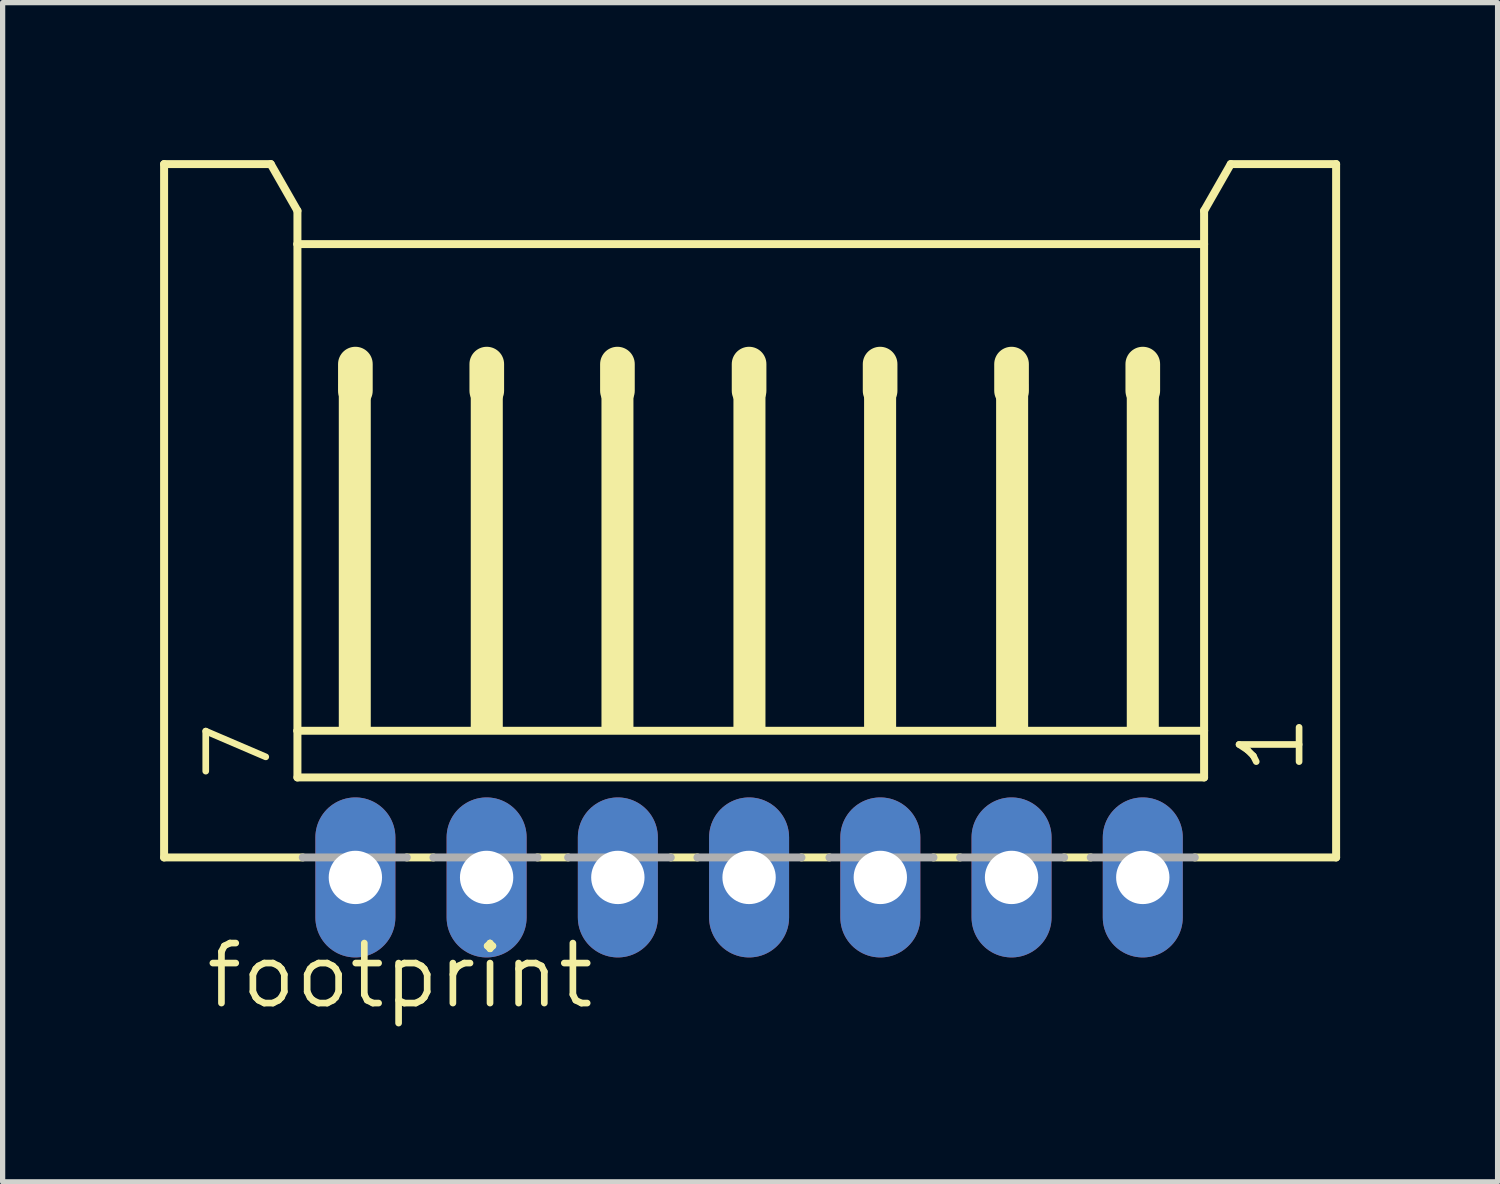
<source format=kicad_pcb>
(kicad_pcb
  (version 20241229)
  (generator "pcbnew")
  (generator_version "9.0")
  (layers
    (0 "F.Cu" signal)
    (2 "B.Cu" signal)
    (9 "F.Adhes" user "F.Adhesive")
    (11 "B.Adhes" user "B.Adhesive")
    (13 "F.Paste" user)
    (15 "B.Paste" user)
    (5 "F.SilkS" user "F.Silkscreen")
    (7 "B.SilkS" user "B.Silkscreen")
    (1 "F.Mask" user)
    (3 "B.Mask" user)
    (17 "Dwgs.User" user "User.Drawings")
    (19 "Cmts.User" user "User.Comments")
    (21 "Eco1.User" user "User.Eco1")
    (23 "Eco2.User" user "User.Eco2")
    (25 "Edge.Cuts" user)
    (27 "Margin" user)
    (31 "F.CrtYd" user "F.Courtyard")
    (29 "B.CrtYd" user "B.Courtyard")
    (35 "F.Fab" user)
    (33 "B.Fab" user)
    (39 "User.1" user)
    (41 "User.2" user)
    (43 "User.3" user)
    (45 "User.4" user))
  (footprint "footprint"
    (layer "F.Cu")
    (at 11.22 7.415)
    (property "Reference" "footprint" (at -10.407 8.79 0) (layer "F.SilkS") (effects (font (size 1.143 1.143) (thickness 0.127)) (justify left bottom)))
    (fp_line (start -11.144 -7.339) (end -9.112 -7.339) (stroke (width 0.152) (type solid)) (layer "F.SilkS"))
    (fp_line (start -11.144 5.869) (end -11.144 -7.339) (stroke (width 0.152) (type solid)) (layer "F.SilkS"))
    (fp_line (start -9.112 -7.339) (end -8.604 -6.45) (stroke (width 0.152) (type solid)) (layer "F.SilkS"))
    (fp_line (start -8.604 -6.45) (end -8.604 -5.815) (stroke (width 0.152) (type solid)) (layer "F.SilkS"))
    (fp_line (start -8.604 -5.815) (end -8.604 3.456) (stroke (width 0.152) (type solid)) (layer "F.SilkS"))
    (fp_line (start -8.604 3.456) (end -8.604 4.345) (stroke (width 0.152) (type solid)) (layer "F.SilkS"))
    (fp_line (start -8.502 5.869) (end -11.144 5.869) (stroke (width 0.152) (type solid)) (layer "F.SilkS"))
    (fp_line (start -7.5 -3.529) (end -7.5 -3.021) (stroke (width 0.66) (type solid)) (layer "F.SilkS"))
    (fp_line (start -6.013 5.869) (end -6.521 5.869) (stroke (width 0.152) (type solid)) (layer "F.SilkS"))
    (fp_line (start -4.997 -3.529) (end -4.997 -3.021) (stroke (width 0.66) (type solid)) (layer "F.SilkS"))
    (fp_line (start -3.447 5.869) (end -4.032 5.869) (stroke (width 0.152) (type solid)) (layer "F.SilkS"))
    (fp_line (start -2.508 -3.529) (end -2.508 -3.021) (stroke (width 0.66) (type solid)) (layer "F.SilkS"))
    (fp_line (start -0.984 5.869) (end -1.492 5.869) (stroke (width 0.152) (type solid)) (layer "F.SilkS"))
    (fp_line (start 0 -3.529) (end 0 -3.021) (stroke (width 0.66) (type solid)) (layer "F.SilkS"))
    (fp_line (start 1.531 5.869) (end 0.998 5.869) (stroke (width 0.152) (type solid)) (layer "F.SilkS"))
    (fp_line (start 2.496 -3.529) (end 2.496 -3.021) (stroke (width 0.66) (type solid)) (layer "F.SilkS"))
    (fp_line (start 4.02 5.869) (end 3.512 5.869) (stroke (width 0.152) (type solid)) (layer "F.SilkS"))
    (fp_line (start 5 -3.529) (end 5 -3.021) (stroke (width 0.66) (type solid)) (layer "F.SilkS"))
    (fp_line (start 6.509 5.869) (end 6.001 5.869) (stroke (width 0.152) (type solid)) (layer "F.SilkS"))
    (fp_line (start 7.5 -3.529) (end 7.5 -3.021) (stroke (width 0.66) (type solid)) (layer "F.SilkS"))
    (fp_line (start 8.668 -6.45) (end 8.668 -5.815) (stroke (width 0.152) (type solid)) (layer "F.SilkS"))
    (fp_line (start 8.668 -6.45) (end 9.176 -7.339) (stroke (width 0.152) (type solid)) (layer "F.SilkS"))
    (fp_line (start 8.668 -5.815) (end -8.604 -5.815) (stroke (width 0.152) (type solid)) (layer "F.SilkS"))
    (fp_line (start 8.668 -5.815) (end 8.668 3.456) (stroke (width 0.152) (type solid)) (layer "F.SilkS"))
    (fp_line (start 8.668 3.456) (end -8.604 3.456) (stroke (width 0.152) (type solid)) (layer "F.SilkS"))
    (fp_line (start 8.668 3.456) (end 8.668 4.345) (stroke (width 0.152) (type solid)) (layer "F.SilkS"))
    (fp_line (start 8.668 4.345) (end -8.604 4.345) (stroke (width 0.152) (type solid)) (layer "F.SilkS"))
    (fp_line (start 11.183 -7.339) (end 9.176 -7.339) (stroke (width 0.152) (type solid)) (layer "F.SilkS"))
    (fp_line (start 11.183 5.869) (end 8.491 5.869) (stroke (width 0.152) (type solid)) (layer "F.SilkS"))
    (fp_line (start 11.183 5.869) (end 11.183 -7.339) (stroke (width 0.152) (type solid)) (layer "F.SilkS"))
    (fp_poly (pts (xy -7.816 3.456) (xy -7.207 3.456) (xy -7.207 -3.148) (xy -7.816 -3.148)) (stroke (width 0) (type solid)) (fill yes) (layer "F.SilkS"))
    (fp_poly (pts (xy -5.302 3.456) (xy -4.692 3.456) (xy -4.692 -3.148) (xy -5.302 -3.148)) (stroke (width 0) (type solid)) (fill yes) (layer "F.SilkS"))
    (fp_poly (pts (xy -2.812 3.456) (xy -2.203 3.456) (xy -2.203 -3.148) (xy -2.812 -3.148)) (stroke (width 0) (type solid)) (fill yes) (layer "F.SilkS"))
    (fp_poly (pts (xy -0.298 3.456) (xy 0.312 3.456) (xy 0.312 -3.148) (xy -0.298 -3.148)) (stroke (width 0) (type solid)) (fill yes) (layer "F.SilkS"))
    (fp_poly (pts (xy 2.191 3.456) (xy 2.801 3.456) (xy 2.801 -3.148) (xy 2.191 -3.148)) (stroke (width 0) (type solid)) (fill yes) (layer "F.SilkS"))
    (fp_poly (pts (xy 4.706 3.456) (xy 5.316 3.456) (xy 5.316 -3.148) (xy 4.706 -3.148)) (stroke (width 0) (type solid)) (fill yes) (layer "F.SilkS"))
    (fp_poly (pts (xy 7.195 3.456) (xy 7.805 3.456) (xy 7.805 -3.148) (xy 7.195 -3.148)) (stroke (width 0) (type solid)) (fill yes) (layer "F.SilkS"))
    (fp_line (start -8.502 5.869) (end -6.521 5.869) (stroke (width 0.152) (type solid)) (layer "F.Fab"))
    (fp_line (start -6.013 5.869) (end -4.032 5.869) (stroke (width 0.152) (type solid)) (layer "F.Fab"))
    (fp_line (start -3.447 5.869) (end -1.492 5.869) (stroke (width 0.152) (type solid)) (layer "F.Fab"))
    (fp_line (start -0.984 5.869) (end 0.998 5.869) (stroke (width 0.152) (type solid)) (layer "F.Fab"))
    (fp_line (start 1.531 5.869) (end 3.512 5.869) (stroke (width 0.152) (type solid)) (layer "F.Fab"))
    (fp_line (start 4.02 5.869) (end 6.001 5.869) (stroke (width 0.152) (type solid)) (layer "F.Fab"))
    (fp_line (start 6.509 5.869) (end 8.491 5.869) (stroke (width 0.152) (type solid)) (layer "F.Fab"))
    (fp_poly (pts (xy -7.816 6.504) (xy -7.207 6.504) (xy -7.207 5.869) (xy -7.816 5.869)) (stroke (width 0.1) (type solid)) (fill no) (layer "F.Fab"))
    (fp_poly (pts (xy -5.302 6.504) (xy -4.692 6.504) (xy -4.692 5.869) (xy -5.302 5.869)) (stroke (width 0.1) (type solid)) (fill no) (layer "F.Fab"))
    (fp_poly (pts (xy -2.812 6.504) (xy -2.203 6.504) (xy -2.203 5.869) (xy -2.812 5.869)) (stroke (width 0.1) (type solid)) (fill no) (layer "F.Fab"))
    (fp_poly (pts (xy -0.298 6.504) (xy 0.312 6.504) (xy 0.312 5.869) (xy -0.298 5.869)) (stroke (width 0.1) (type solid)) (fill no) (layer "F.Fab"))
    (fp_poly (pts (xy 2.191 6.504) (xy 2.801 6.504) (xy 2.801 5.869) (xy 2.191 5.869)) (stroke (width 0.1) (type solid)) (fill no) (layer "F.Fab"))
    (fp_poly (pts (xy 4.706 6.504) (xy 5.316 6.504) (xy 5.316 5.869) (xy 4.706 5.869)) (stroke (width 0.1) (type solid)) (fill no) (layer "F.Fab"))
    (fp_poly (pts (xy 7.195 6.504) (xy 7.805 6.504) (xy 7.805 5.869) (xy 7.195 5.869)) (stroke (width 0.1) (type solid)) (fill no) (layer "F.Fab"))
    (fp_text user "7" (at -9.061 4.472 90) (layer "F.SilkS") (effects (font (size 1.143 1.143) (thickness 0.127)) (justify left bottom)))
    (fp_text user "1" (at 10.624 4.345 90) (layer "F.SilkS") (effects (font (size 1.143 1.143) (thickness 0.127)) (justify left bottom)))
    (pad "1" thru_hole oval (at 7.5 6.25 90) (size 3.048 1.524) (drill 1.016) (layers "*.Cu" "*.Mask"))
    (pad "2" thru_hole oval (at 5 6.25 90) (size 3.048 1.524) (drill 1.016) (layers "*.Cu" "*.Mask"))
    (pad "3" thru_hole oval (at 2.5 6.25 90) (size 3.048 1.524) (drill 1.016) (layers "*.Cu" "*.Mask"))
    (pad "4" thru_hole oval (at 0 6.25 90) (size 3.048 1.524) (drill 1.016) (layers "*.Cu" "*.Mask"))
    (pad "5" thru_hole oval (at -2.5 6.25 90) (size 3.048 1.524) (drill 1.016) (layers "*.Cu" "*.Mask"))
    (pad "6" thru_hole oval (at -5 6.25 90) (size 3.048 1.524) (drill 1.016) (layers "*.Cu" "*.Mask"))
    (pad "7" thru_hole oval (at -7.5 6.25 90) (size 3.048 1.524) (drill 1.016) (layers "*.Cu" "*.Mask")))
  (gr_rect
    (start -3 -3)
    (end 25.479 19.464)
    (stroke (width 0.1) (type default))
    (fill no)
    (layer "Edge.Cuts")))
</source>
